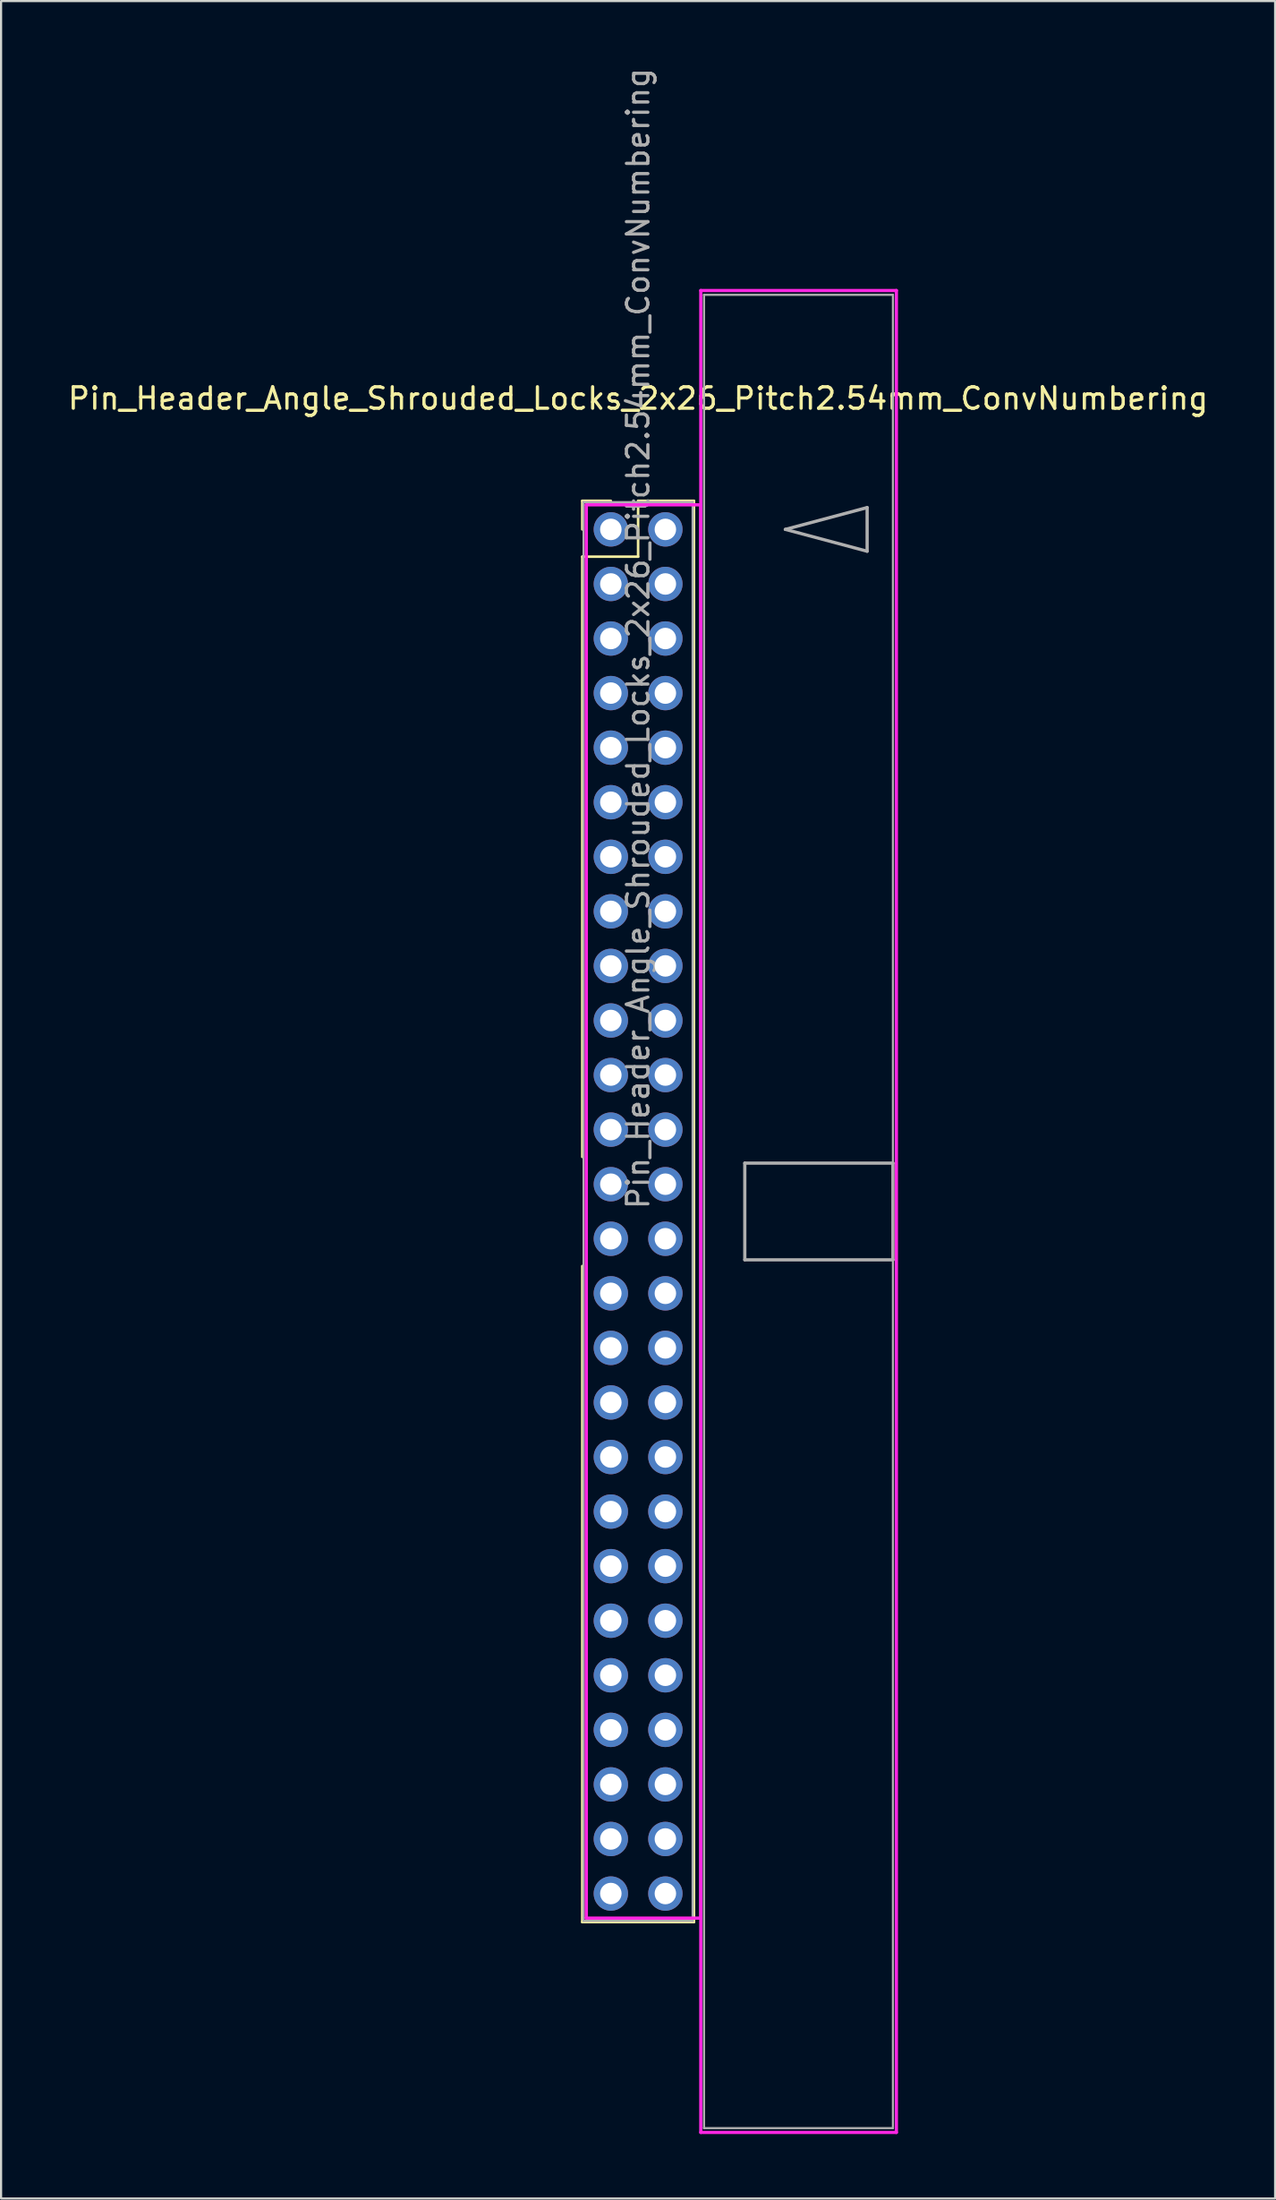
<source format=kicad_pcb>
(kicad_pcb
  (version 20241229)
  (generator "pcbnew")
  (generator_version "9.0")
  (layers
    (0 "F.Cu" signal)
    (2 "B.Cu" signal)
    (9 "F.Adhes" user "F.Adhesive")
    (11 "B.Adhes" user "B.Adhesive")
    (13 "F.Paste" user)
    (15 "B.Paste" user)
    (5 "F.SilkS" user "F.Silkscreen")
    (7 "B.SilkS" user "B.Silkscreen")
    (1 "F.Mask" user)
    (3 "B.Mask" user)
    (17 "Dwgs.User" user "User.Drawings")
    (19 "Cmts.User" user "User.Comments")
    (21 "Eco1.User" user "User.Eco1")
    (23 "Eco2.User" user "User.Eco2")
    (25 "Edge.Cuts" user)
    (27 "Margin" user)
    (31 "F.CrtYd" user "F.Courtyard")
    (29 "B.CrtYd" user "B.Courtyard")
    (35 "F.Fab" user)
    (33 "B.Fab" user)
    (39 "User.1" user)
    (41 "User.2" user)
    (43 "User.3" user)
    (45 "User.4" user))
  (footprint "Pin_Header_Angle_Shrouded_Locks_2x26_Pitch2.54mm_ConvNumbering"
    (layer "F.Cu")
    (at 25.403 21.593)
    (property "Reference" "Pin_Header_Angle_Shrouded_Locks_2x26_Pitch2.54mm_ConvNumbering" (at 1.27 -6.096 0) (layer "F.SilkS") (effects (font (size 1 1) (thickness 0.15))))
    (attr through_hole)
    (fp_line (start -1.33 -1.33) (end 0 -1.33) (stroke (width 0.12) (type solid)) (layer "F.SilkS"))
    (fp_line (start -1.33 0) (end -1.33 -1.33) (stroke (width 0.12) (type solid)) (layer "F.SilkS"))
    (fp_line (start -1.33 1.27) (end -1.33 29.21) (stroke (width 0.12) (type solid)) (layer "F.SilkS"))
    (fp_line (start -1.33 1.27) (end 1.27 1.27) (stroke (width 0.12) (type solid)) (layer "F.SilkS"))
    (fp_line (start -1.33 34.29) (end -1.33 64.83) (stroke (width 0.12) (type solid)) (layer "F.SilkS"))
    (fp_line (start -1.33 64.83) (end 3.87 64.83) (stroke (width 0.12) (type solid)) (layer "F.SilkS"))
    (fp_line (start 1.27 -1.33) (end 3.87 -1.33) (stroke (width 0.12) (type solid)) (layer "F.SilkS"))
    (fp_line (start 1.27 1.27) (end 1.27 -1.33) (stroke (width 0.12) (type solid)) (layer "F.SilkS"))
    (fp_line (start 3.87 -1.33) (end 3.87 64.83) (stroke (width 0.12) (type solid)) (layer "F.SilkS"))
    (fp_line (start -1.143 -1.143) (end -1.143 64.643) (stroke (width 0.15) (type solid)) (layer "F.CrtYd"))
    (fp_line (start -1.143 64.643) (end 4.19 64.643) (stroke (width 0.15) (type solid)) (layer "F.CrtYd"))
    (fp_line (start 4.19 -11.12) (end 4.19 74.62) (stroke (width 0.15) (type solid)) (layer "F.CrtYd"))
    (fp_line (start 4.19 -1.143) (end -1.143 -1.143) (stroke (width 0.15) (type solid)) (layer "F.CrtYd"))
    (fp_line (start 4.19 64.643) (end 4.19 -1.143) (stroke (width 0.15) (type solid)) (layer "F.CrtYd"))
    (fp_line (start 4.19 74.62) (end 13.3 74.62) (stroke (width 0.15) (type solid)) (layer "F.CrtYd"))
    (fp_line (start 13.3 -11.12) (end 4.19 -11.12) (stroke (width 0.15) (type solid)) (layer "F.CrtYd"))
    (fp_line (start 13.3 74.62) (end 13.3 -11.12) (stroke (width 0.15) (type solid)) (layer "F.CrtYd"))
    (fp_line (start -1.27 -1.27) (end -1.27 64.77) (stroke (width 0.1) (type solid)) (layer "F.Fab"))
    (fp_line (start -1.27 64.77) (end 3.81 64.77) (stroke (width 0.1) (type solid)) (layer "F.Fab"))
    (fp_line (start 3.81 -1.27) (end -1.27 -1.27) (stroke (width 0.1) (type solid)) (layer "F.Fab"))
    (fp_line (start 3.81 64.77) (end 3.81 -1.27) (stroke (width 0.1) (type solid)) (layer "F.Fab"))
    (fp_line (start 4.34 -10.92) (end 4.34 74.42) (stroke (width 0.1) (type solid)) (layer "F.Fab"))
    (fp_line (start 4.34 74.42) (end 13.14 74.42) (stroke (width 0.1) (type solid)) (layer "F.Fab"))
    (fp_line (start 6.24 29.5) (end 6.24 34) (stroke (width 0.15) (type solid)) (layer "F.Fab"))
    (fp_line (start 6.24 34) (end 13.14 34) (stroke (width 0.15) (type solid)) (layer "F.Fab"))
    (fp_line (start 8.128 0) (end 11.938 -1.016) (stroke (width 0.15) (type solid)) (layer "F.Fab"))
    (fp_line (start 11.938 -1.016) (end 11.938 1.016) (stroke (width 0.15) (type solid)) (layer "F.Fab"))
    (fp_line (start 11.938 1.016) (end 8.128 0) (stroke (width 0.15) (type solid)) (layer "F.Fab"))
    (fp_line (start 13.14 -10.92) (end 4.34 -10.92) (stroke (width 0.1) (type solid)) (layer "F.Fab"))
    (fp_line (start 13.14 29.5) (end 6.24 29.5) (stroke (width 0.15) (type solid)) (layer "F.Fab"))
    (fp_line (start 13.14 34) (end 13.14 29.5) (stroke (width 0.15) (type solid)) (layer "F.Fab"))
    (fp_line (start 13.14 74.42) (end 13.14 -10.92) (stroke (width 0.1) (type solid)) (layer "F.Fab"))
    (fp_text user "${REFERENCE}" (at 1.27 5.08 90) (layer "F.Fab") (effects (font (size 1 1) (thickness 0.15))))
    (pad "1" thru_hole oval (at 0 0) (size 1.6 1.6) (drill 1) (layers "*.Cu" "*.Mask"))
    (pad "2" thru_hole oval (at 2.54 0) (size 1.6 1.6) (drill 1) (layers "*.Cu" "*.Mask"))
    (pad "3" thru_hole oval (at 0 2.54) (size 1.6 1.6) (drill 1) (layers "*.Cu" "*.Mask"))
    (pad "4" thru_hole oval (at 2.54 2.54) (size 1.6 1.6) (drill 1) (layers "*.Cu" "*.Mask"))
    (pad "5" thru_hole oval (at 0 5.08) (size 1.6 1.6) (drill 1) (layers "*.Cu" "*.Mask"))
    (pad "6" thru_hole oval (at 2.54 5.08) (size 1.6 1.6) (drill 1) (layers "*.Cu" "*.Mask"))
    (pad "7" thru_hole oval (at 0 7.62) (size 1.6 1.6) (drill 1) (layers "*.Cu" "*.Mask"))
    (pad "8" thru_hole oval (at 2.54 7.62) (size 1.6 1.6) (drill 1) (layers "*.Cu" "*.Mask"))
    (pad "9" thru_hole oval (at 0 10.16) (size 1.6 1.6) (drill 1) (layers "*.Cu" "*.Mask"))
    (pad "10" thru_hole oval (at 2.54 10.16) (size 1.6 1.6) (drill 1) (layers "*.Cu" "*.Mask"))
    (pad "11" thru_hole oval (at 0 12.7) (size 1.6 1.6) (drill 1) (layers "*.Cu" "*.Mask"))
    (pad "12" thru_hole oval (at 2.54 12.7) (size 1.6 1.6) (drill 1) (layers "*.Cu" "*.Mask"))
    (pad "13" thru_hole oval (at 0 15.24) (size 1.6 1.6) (drill 1) (layers "*.Cu" "*.Mask"))
    (pad "14" thru_hole oval (at 2.54 15.24) (size 1.6 1.6) (drill 1) (layers "*.Cu" "*.Mask"))
    (pad "15" thru_hole oval (at 0 17.78) (size 1.6 1.6) (drill 1) (layers "*.Cu" "*.Mask"))
    (pad "16" thru_hole oval (at 2.54 17.78) (size 1.6 1.6) (drill 1) (layers "*.Cu" "*.Mask"))
    (pad "17" thru_hole oval (at 0 20.32) (size 1.6 1.6) (drill 1) (layers "*.Cu" "*.Mask"))
    (pad "18" thru_hole oval (at 2.54 20.32) (size 1.6 1.6) (drill 1) (layers "*.Cu" "*.Mask"))
    (pad "19" thru_hole oval (at 0 22.86) (size 1.6 1.6) (drill 1) (layers "*.Cu" "*.Mask"))
    (pad "20" thru_hole oval (at 2.54 22.86) (size 1.6 1.6) (drill 1) (layers "*.Cu" "*.Mask"))
    (pad "21" thru_hole oval (at 0 25.4) (size 1.6 1.6) (drill 1) (layers "*.Cu" "*.Mask"))
    (pad "22" thru_hole oval (at 2.54 25.4) (size 1.6 1.6) (drill 1) (layers "*.Cu" "*.Mask"))
    (pad "23" thru_hole oval (at 0 27.94) (size 1.6 1.6) (drill 1) (layers "*.Cu" "*.Mask"))
    (pad "24" thru_hole oval (at 2.54 27.94) (size 1.6 1.6) (drill 1) (layers "*.Cu" "*.Mask"))
    (pad "25" thru_hole oval (at 0 30.48) (size 1.6 1.6) (drill 1) (layers "*.Cu" "*.Mask"))
    (pad "26" thru_hole oval (at 2.54 30.48) (size 1.6 1.6) (drill 1) (layers "*.Cu" "*.Mask"))
    (pad "27" thru_hole oval (at 0 33.02) (size 1.6 1.6) (drill 1) (layers "*.Cu" "*.Mask"))
    (pad "28" thru_hole oval (at 2.54 33.02) (size 1.6 1.6) (drill 1) (layers "*.Cu" "*.Mask"))
    (pad "29" thru_hole oval (at 0 35.56) (size 1.6 1.6) (drill 1) (layers "*.Cu" "*.Mask"))
    (pad "30" thru_hole oval (at 2.54 35.56) (size 1.6 1.6) (drill 1) (layers "*.Cu" "*.Mask"))
    (pad "31" thru_hole oval (at 0 38.1) (size 1.6 1.6) (drill 1) (layers "*.Cu" "*.Mask"))
    (pad "32" thru_hole oval (at 2.54 38.1) (size 1.6 1.6) (drill 1) (layers "*.Cu" "*.Mask"))
    (pad "33" thru_hole oval (at 0 40.64) (size 1.6 1.6) (drill 1) (layers "*.Cu" "*.Mask"))
    (pad "34" thru_hole oval (at 2.54 40.64) (size 1.6 1.6) (drill 1) (layers "*.Cu" "*.Mask"))
    (pad "35" thru_hole oval (at 0 43.18) (size 1.6 1.6) (drill 1) (layers "*.Cu" "*.Mask"))
    (pad "36" thru_hole oval (at 2.54 43.18) (size 1.6 1.6) (drill 1) (layers "*.Cu" "*.Mask"))
    (pad "37" thru_hole oval (at 0 45.72) (size 1.6 1.6) (drill 1) (layers "*.Cu" "*.Mask"))
    (pad "38" thru_hole oval (at 2.54 45.72) (size 1.6 1.6) (drill 1) (layers "*.Cu" "*.Mask"))
    (pad "39" thru_hole oval (at 0 48.26) (size 1.6 1.6) (drill 1) (layers "*.Cu" "*.Mask"))
    (pad "40" thru_hole oval (at 2.54 48.26) (size 1.6 1.6) (drill 1) (layers "*.Cu" "*.Mask"))
    (pad "41" thru_hole oval (at 0 50.8) (size 1.6 1.6) (drill 1) (layers "*.Cu" "*.Mask"))
    (pad "42" thru_hole oval (at 2.54 50.8) (size 1.6 1.6) (drill 1) (layers "*.Cu" "*.Mask"))
    (pad "43" thru_hole oval (at 0 53.34) (size 1.6 1.6) (drill 1) (layers "*.Cu" "*.Mask"))
    (pad "44" thru_hole oval (at 2.54 53.34) (size 1.6 1.6) (drill 1) (layers "*.Cu" "*.Mask"))
    (pad "45" thru_hole oval (at 0 55.88) (size 1.6 1.6) (drill 1) (layers "*.Cu" "*.Mask"))
    (pad "46" thru_hole oval (at 2.54 55.88) (size 1.6 1.6) (drill 1) (layers "*.Cu" "*.Mask"))
    (pad "47" thru_hole oval (at 0 58.42) (size 1.6 1.6) (drill 1) (layers "*.Cu" "*.Mask"))
    (pad "48" thru_hole oval (at 2.54 58.42) (size 1.6 1.6) (drill 1) (layers "*.Cu" "*.Mask"))
    (pad "49" thru_hole oval (at 0 60.96) (size 1.6 1.6) (drill 1) (layers "*.Cu" "*.Mask"))
    (pad "50" thru_hole oval (at 2.54 60.96) (size 1.6 1.6) (drill 1) (layers "*.Cu" "*.Mask"))
    (pad "51" thru_hole oval (at 0 63.5) (size 1.6 1.6) (drill 1) (layers "*.Cu" "*.Mask"))
    (pad "52" thru_hole oval (at 2.54 63.5) (size 1.6 1.6) (drill 1) (layers "*.Cu" "*.Mask")))
  (gr_rect
    (start -3 -3)
    (end 56.345 99.288)
    (stroke (width 0.1) (type default))
    (fill no)
    (layer "Edge.Cuts")))
</source>
